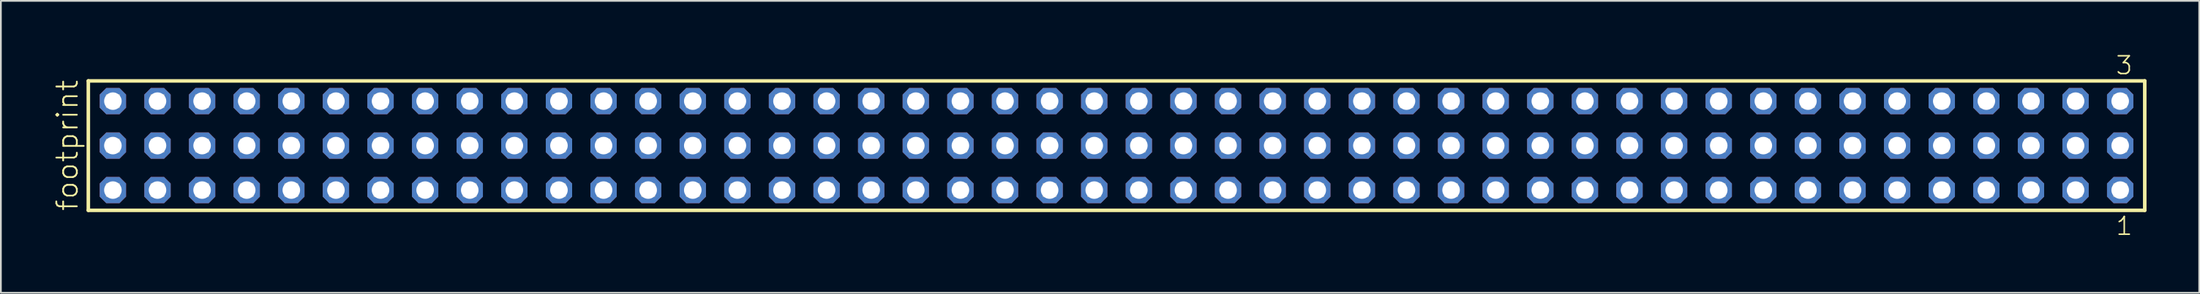
<source format=kicad_pcb>
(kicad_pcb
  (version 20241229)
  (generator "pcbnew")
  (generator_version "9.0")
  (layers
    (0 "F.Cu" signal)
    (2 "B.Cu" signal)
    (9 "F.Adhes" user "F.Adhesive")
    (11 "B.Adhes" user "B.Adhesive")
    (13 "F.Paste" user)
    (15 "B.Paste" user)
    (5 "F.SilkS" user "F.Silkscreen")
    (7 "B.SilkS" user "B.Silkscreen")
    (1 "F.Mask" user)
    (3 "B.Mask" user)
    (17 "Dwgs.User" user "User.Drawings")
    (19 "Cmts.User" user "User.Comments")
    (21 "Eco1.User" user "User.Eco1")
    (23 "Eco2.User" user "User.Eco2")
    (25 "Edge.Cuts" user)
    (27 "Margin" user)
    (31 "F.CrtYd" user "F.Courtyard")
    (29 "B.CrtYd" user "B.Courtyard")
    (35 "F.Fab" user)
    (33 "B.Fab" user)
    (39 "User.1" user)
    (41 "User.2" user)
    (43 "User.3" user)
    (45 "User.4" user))
  (footprint "footprint"
    (layer "F.Cu")
    (at 60.528 5.265)
    (property "Reference" "footprint" (at -59.055 3.81 90) (layer "F.SilkS") (effects (font (size 1.168 1.168) (thickness 0.102)) (justify left bottom)))
    (fp_line (start -58.549 -3.695) (end 58.549 -3.695) (stroke (width 0.203) (type solid)) (layer "F.SilkS"))
    (fp_line (start -58.549 3.695) (end -58.549 -3.695) (stroke (width 0.203) (type solid)) (layer "F.SilkS"))
    (fp_line (start 58.549 -3.695) (end 58.549 3.695) (stroke (width 0.203) (type solid)) (layer "F.SilkS"))
    (fp_line (start 58.549 3.695) (end -58.549 3.695) (stroke (width 0.203) (type solid)) (layer "F.SilkS"))
    (fp_poly (pts (xy -57.5 -2.19) (xy -56.8 -2.19) (xy -56.8 -2.89) (xy -57.5 -2.89)) (stroke (width 0.1) (type solid)) (fill no) (layer "F.Fab"))
    (fp_poly (pts (xy -57.5 0.35) (xy -56.8 0.35) (xy -56.8 -0.35) (xy -57.5 -0.35)) (stroke (width 0.1) (type solid)) (fill no) (layer "F.Fab"))
    (fp_poly (pts (xy -57.5 2.89) (xy -56.8 2.89) (xy -56.8 2.19) (xy -57.5 2.19)) (stroke (width 0.1) (type solid)) (fill no) (layer "F.Fab"))
    (fp_poly (pts (xy -54.96 -2.19) (xy -54.26 -2.19) (xy -54.26 -2.89) (xy -54.96 -2.89)) (stroke (width 0.1) (type solid)) (fill no) (layer "F.Fab"))
    (fp_poly (pts (xy -54.96 0.35) (xy -54.26 0.35) (xy -54.26 -0.35) (xy -54.96 -0.35)) (stroke (width 0.1) (type solid)) (fill no) (layer "F.Fab"))
    (fp_poly (pts (xy -54.96 2.89) (xy -54.26 2.89) (xy -54.26 2.19) (xy -54.96 2.19)) (stroke (width 0.1) (type solid)) (fill no) (layer "F.Fab"))
    (fp_poly (pts (xy -52.42 -2.19) (xy -51.72 -2.19) (xy -51.72 -2.89) (xy -52.42 -2.89)) (stroke (width 0.1) (type solid)) (fill no) (layer "F.Fab"))
    (fp_poly (pts (xy -52.42 0.35) (xy -51.72 0.35) (xy -51.72 -0.35) (xy -52.42 -0.35)) (stroke (width 0.1) (type solid)) (fill no) (layer "F.Fab"))
    (fp_poly (pts (xy -52.42 2.89) (xy -51.72 2.89) (xy -51.72 2.19) (xy -52.42 2.19)) (stroke (width 0.1) (type solid)) (fill no) (layer "F.Fab"))
    (fp_poly (pts (xy -49.88 -2.19) (xy -49.18 -2.19) (xy -49.18 -2.89) (xy -49.88 -2.89)) (stroke (width 0.1) (type solid)) (fill no) (layer "F.Fab"))
    (fp_poly (pts (xy -49.88 0.35) (xy -49.18 0.35) (xy -49.18 -0.35) (xy -49.88 -0.35)) (stroke (width 0.1) (type solid)) (fill no) (layer "F.Fab"))
    (fp_poly (pts (xy -49.88 2.89) (xy -49.18 2.89) (xy -49.18 2.19) (xy -49.88 2.19)) (stroke (width 0.1) (type solid)) (fill no) (layer "F.Fab"))
    (fp_poly (pts (xy -47.34 -2.19) (xy -46.64 -2.19) (xy -46.64 -2.89) (xy -47.34 -2.89)) (stroke (width 0.1) (type solid)) (fill no) (layer "F.Fab"))
    (fp_poly (pts (xy -47.34 0.35) (xy -46.64 0.35) (xy -46.64 -0.35) (xy -47.34 -0.35)) (stroke (width 0.1) (type solid)) (fill no) (layer "F.Fab"))
    (fp_poly (pts (xy -47.34 2.89) (xy -46.64 2.89) (xy -46.64 2.19) (xy -47.34 2.19)) (stroke (width 0.1) (type solid)) (fill no) (layer "F.Fab"))
    (fp_poly (pts (xy -44.8 -2.19) (xy -44.1 -2.19) (xy -44.1 -2.89) (xy -44.8 -2.89)) (stroke (width 0.1) (type solid)) (fill no) (layer "F.Fab"))
    (fp_poly (pts (xy -44.8 0.35) (xy -44.1 0.35) (xy -44.1 -0.35) (xy -44.8 -0.35)) (stroke (width 0.1) (type solid)) (fill no) (layer "F.Fab"))
    (fp_poly (pts (xy -44.8 2.89) (xy -44.1 2.89) (xy -44.1 2.19) (xy -44.8 2.19)) (stroke (width 0.1) (type solid)) (fill no) (layer "F.Fab"))
    (fp_poly (pts (xy -42.26 -2.19) (xy -41.56 -2.19) (xy -41.56 -2.89) (xy -42.26 -2.89)) (stroke (width 0.1) (type solid)) (fill no) (layer "F.Fab"))
    (fp_poly (pts (xy -42.26 0.35) (xy -41.56 0.35) (xy -41.56 -0.35) (xy -42.26 -0.35)) (stroke (width 0.1) (type solid)) (fill no) (layer "F.Fab"))
    (fp_poly (pts (xy -42.26 2.89) (xy -41.56 2.89) (xy -41.56 2.19) (xy -42.26 2.19)) (stroke (width 0.1) (type solid)) (fill no) (layer "F.Fab"))
    (fp_poly (pts (xy -39.72 -2.19) (xy -39.02 -2.19) (xy -39.02 -2.89) (xy -39.72 -2.89)) (stroke (width 0.1) (type solid)) (fill no) (layer "F.Fab"))
    (fp_poly (pts (xy -39.72 0.35) (xy -39.02 0.35) (xy -39.02 -0.35) (xy -39.72 -0.35)) (stroke (width 0.1) (type solid)) (fill no) (layer "F.Fab"))
    (fp_poly (pts (xy -39.72 2.89) (xy -39.02 2.89) (xy -39.02 2.19) (xy -39.72 2.19)) (stroke (width 0.1) (type solid)) (fill no) (layer "F.Fab"))
    (fp_poly (pts (xy -37.18 -2.19) (xy -36.48 -2.19) (xy -36.48 -2.89) (xy -37.18 -2.89)) (stroke (width 0.1) (type solid)) (fill no) (layer "F.Fab"))
    (fp_poly (pts (xy -37.18 0.35) (xy -36.48 0.35) (xy -36.48 -0.35) (xy -37.18 -0.35)) (stroke (width 0.1) (type solid)) (fill no) (layer "F.Fab"))
    (fp_poly (pts (xy -37.18 2.89) (xy -36.48 2.89) (xy -36.48 2.19) (xy -37.18 2.19)) (stroke (width 0.1) (type solid)) (fill no) (layer "F.Fab"))
    (fp_poly (pts (xy -34.64 -2.19) (xy -33.94 -2.19) (xy -33.94 -2.89) (xy -34.64 -2.89)) (stroke (width 0.1) (type solid)) (fill no) (layer "F.Fab"))
    (fp_poly (pts (xy -34.64 0.35) (xy -33.94 0.35) (xy -33.94 -0.35) (xy -34.64 -0.35)) (stroke (width 0.1) (type solid)) (fill no) (layer "F.Fab"))
    (fp_poly (pts (xy -34.64 2.89) (xy -33.94 2.89) (xy -33.94 2.19) (xy -34.64 2.19)) (stroke (width 0.1) (type solid)) (fill no) (layer "F.Fab"))
    (fp_poly (pts (xy -32.1 -2.19) (xy -31.4 -2.19) (xy -31.4 -2.89) (xy -32.1 -2.89)) (stroke (width 0.1) (type solid)) (fill no) (layer "F.Fab"))
    (fp_poly (pts (xy -32.1 0.35) (xy -31.4 0.35) (xy -31.4 -0.35) (xy -32.1 -0.35)) (stroke (width 0.1) (type solid)) (fill no) (layer "F.Fab"))
    (fp_poly (pts (xy -32.1 2.89) (xy -31.4 2.89) (xy -31.4 2.19) (xy -32.1 2.19)) (stroke (width 0.1) (type solid)) (fill no) (layer "F.Fab"))
    (fp_poly (pts (xy -29.56 -2.19) (xy -28.86 -2.19) (xy -28.86 -2.89) (xy -29.56 -2.89)) (stroke (width 0.1) (type solid)) (fill no) (layer "F.Fab"))
    (fp_poly (pts (xy -29.56 0.35) (xy -28.86 0.35) (xy -28.86 -0.35) (xy -29.56 -0.35)) (stroke (width 0.1) (type solid)) (fill no) (layer "F.Fab"))
    (fp_poly (pts (xy -29.56 2.89) (xy -28.86 2.89) (xy -28.86 2.19) (xy -29.56 2.19)) (stroke (width 0.1) (type solid)) (fill no) (layer "F.Fab"))
    (fp_poly (pts (xy -27.02 -2.19) (xy -26.32 -2.19) (xy -26.32 -2.89) (xy -27.02 -2.89)) (stroke (width 0.1) (type solid)) (fill no) (layer "F.Fab"))
    (fp_poly (pts (xy -27.02 0.35) (xy -26.32 0.35) (xy -26.32 -0.35) (xy -27.02 -0.35)) (stroke (width 0.1) (type solid)) (fill no) (layer "F.Fab"))
    (fp_poly (pts (xy -27.02 2.89) (xy -26.32 2.89) (xy -26.32 2.19) (xy -27.02 2.19)) (stroke (width 0.1) (type solid)) (fill no) (layer "F.Fab"))
    (fp_poly (pts (xy -24.48 -2.19) (xy -23.78 -2.19) (xy -23.78 -2.89) (xy -24.48 -2.89)) (stroke (width 0.1) (type solid)) (fill no) (layer "F.Fab"))
    (fp_poly (pts (xy -24.48 0.35) (xy -23.78 0.35) (xy -23.78 -0.35) (xy -24.48 -0.35)) (stroke (width 0.1) (type solid)) (fill no) (layer "F.Fab"))
    (fp_poly (pts (xy -24.48 2.89) (xy -23.78 2.89) (xy -23.78 2.19) (xy -24.48 2.19)) (stroke (width 0.1) (type solid)) (fill no) (layer "F.Fab"))
    (fp_poly (pts (xy -21.94 -2.19) (xy -21.24 -2.19) (xy -21.24 -2.89) (xy -21.94 -2.89)) (stroke (width 0.1) (type solid)) (fill no) (layer "F.Fab"))
    (fp_poly (pts (xy -21.94 0.35) (xy -21.24 0.35) (xy -21.24 -0.35) (xy -21.94 -0.35)) (stroke (width 0.1) (type solid)) (fill no) (layer "F.Fab"))
    (fp_poly (pts (xy -21.94 2.89) (xy -21.24 2.89) (xy -21.24 2.19) (xy -21.94 2.19)) (stroke (width 0.1) (type solid)) (fill no) (layer "F.Fab"))
    (fp_poly (pts (xy -19.4 -2.19) (xy -18.7 -2.19) (xy -18.7 -2.89) (xy -19.4 -2.89)) (stroke (width 0.1) (type solid)) (fill no) (layer "F.Fab"))
    (fp_poly (pts (xy -19.4 0.35) (xy -18.7 0.35) (xy -18.7 -0.35) (xy -19.4 -0.35)) (stroke (width 0.1) (type solid)) (fill no) (layer "F.Fab"))
    (fp_poly (pts (xy -19.4 2.89) (xy -18.7 2.89) (xy -18.7 2.19) (xy -19.4 2.19)) (stroke (width 0.1) (type solid)) (fill no) (layer "F.Fab"))
    (fp_poly (pts (xy -16.86 -2.19) (xy -16.16 -2.19) (xy -16.16 -2.89) (xy -16.86 -2.89)) (stroke (width 0.1) (type solid)) (fill no) (layer "F.Fab"))
    (fp_poly (pts (xy -16.86 0.35) (xy -16.16 0.35) (xy -16.16 -0.35) (xy -16.86 -0.35)) (stroke (width 0.1) (type solid)) (fill no) (layer "F.Fab"))
    (fp_poly (pts (xy -16.86 2.89) (xy -16.16 2.89) (xy -16.16 2.19) (xy -16.86 2.19)) (stroke (width 0.1) (type solid)) (fill no) (layer "F.Fab"))
    (fp_poly (pts (xy -14.32 -2.19) (xy -13.62 -2.19) (xy -13.62 -2.89) (xy -14.32 -2.89)) (stroke (width 0.1) (type solid)) (fill no) (layer "F.Fab"))
    (fp_poly (pts (xy -14.32 0.35) (xy -13.62 0.35) (xy -13.62 -0.35) (xy -14.32 -0.35)) (stroke (width 0.1) (type solid)) (fill no) (layer "F.Fab"))
    (fp_poly (pts (xy -14.32 2.89) (xy -13.62 2.89) (xy -13.62 2.19) (xy -14.32 2.19)) (stroke (width 0.1) (type solid)) (fill no) (layer "F.Fab"))
    (fp_poly (pts (xy -11.78 -2.19) (xy -11.08 -2.19) (xy -11.08 -2.89) (xy -11.78 -2.89)) (stroke (width 0.1) (type solid)) (fill no) (layer "F.Fab"))
    (fp_poly (pts (xy -11.78 0.35) (xy -11.08 0.35) (xy -11.08 -0.35) (xy -11.78 -0.35)) (stroke (width 0.1) (type solid)) (fill no) (layer "F.Fab"))
    (fp_poly (pts (xy -11.78 2.89) (xy -11.08 2.89) (xy -11.08 2.19) (xy -11.78 2.19)) (stroke (width 0.1) (type solid)) (fill no) (layer "F.Fab"))
    (fp_poly (pts (xy -9.24 -2.19) (xy -8.54 -2.19) (xy -8.54 -2.89) (xy -9.24 -2.89)) (stroke (width 0.1) (type solid)) (fill no) (layer "F.Fab"))
    (fp_poly (pts (xy -9.24 0.35) (xy -8.54 0.35) (xy -8.54 -0.35) (xy -9.24 -0.35)) (stroke (width 0.1) (type solid)) (fill no) (layer "F.Fab"))
    (fp_poly (pts (xy -9.24 2.89) (xy -8.54 2.89) (xy -8.54 2.19) (xy -9.24 2.19)) (stroke (width 0.1) (type solid)) (fill no) (layer "F.Fab"))
    (fp_poly (pts (xy -6.7 -2.19) (xy -6 -2.19) (xy -6 -2.89) (xy -6.7 -2.89)) (stroke (width 0.1) (type solid)) (fill no) (layer "F.Fab"))
    (fp_poly (pts (xy -6.7 0.35) (xy -6 0.35) (xy -6 -0.35) (xy -6.7 -0.35)) (stroke (width 0.1) (type solid)) (fill no) (layer "F.Fab"))
    (fp_poly (pts (xy -6.7 2.89) (xy -6 2.89) (xy -6 2.19) (xy -6.7 2.19)) (stroke (width 0.1) (type solid)) (fill no) (layer "F.Fab"))
    (fp_poly (pts (xy -4.16 -2.19) (xy -3.46 -2.19) (xy -3.46 -2.89) (xy -4.16 -2.89)) (stroke (width 0.1) (type solid)) (fill no) (layer "F.Fab"))
    (fp_poly (pts (xy -4.16 0.35) (xy -3.46 0.35) (xy -3.46 -0.35) (xy -4.16 -0.35)) (stroke (width 0.1) (type solid)) (fill no) (layer "F.Fab"))
    (fp_poly (pts (xy -4.16 2.89) (xy -3.46 2.89) (xy -3.46 2.19) (xy -4.16 2.19)) (stroke (width 0.1) (type solid)) (fill no) (layer "F.Fab"))
    (fp_poly (pts (xy -1.62 -2.19) (xy -0.92 -2.19) (xy -0.92 -2.89) (xy -1.62 -2.89)) (stroke (width 0.1) (type solid)) (fill no) (layer "F.Fab"))
    (fp_poly (pts (xy -1.62 0.35) (xy -0.92 0.35) (xy -0.92 -0.35) (xy -1.62 -0.35)) (stroke (width 0.1) (type solid)) (fill no) (layer "F.Fab"))
    (fp_poly (pts (xy -1.62 2.89) (xy -0.92 2.89) (xy -0.92 2.19) (xy -1.62 2.19)) (stroke (width 0.1) (type solid)) (fill no) (layer "F.Fab"))
    (fp_poly (pts (xy 0.92 -2.19) (xy 1.62 -2.19) (xy 1.62 -2.89) (xy 0.92 -2.89)) (stroke (width 0.1) (type solid)) (fill no) (layer "F.Fab"))
    (fp_poly (pts (xy 0.92 0.35) (xy 1.62 0.35) (xy 1.62 -0.35) (xy 0.92 -0.35)) (stroke (width 0.1) (type solid)) (fill no) (layer "F.Fab"))
    (fp_poly (pts (xy 0.92 2.89) (xy 1.62 2.89) (xy 1.62 2.19) (xy 0.92 2.19)) (stroke (width 0.1) (type solid)) (fill no) (layer "F.Fab"))
    (fp_poly (pts (xy 3.46 -2.19) (xy 4.16 -2.19) (xy 4.16 -2.89) (xy 3.46 -2.89)) (stroke (width 0.1) (type solid)) (fill no) (layer "F.Fab"))
    (fp_poly (pts (xy 3.46 0.35) (xy 4.16 0.35) (xy 4.16 -0.35) (xy 3.46 -0.35)) (stroke (width 0.1) (type solid)) (fill no) (layer "F.Fab"))
    (fp_poly (pts (xy 3.46 2.89) (xy 4.16 2.89) (xy 4.16 2.19) (xy 3.46 2.19)) (stroke (width 0.1) (type solid)) (fill no) (layer "F.Fab"))
    (fp_poly (pts (xy 6 -2.19) (xy 6.7 -2.19) (xy 6.7 -2.89) (xy 6 -2.89)) (stroke (width 0.1) (type solid)) (fill no) (layer "F.Fab"))
    (fp_poly (pts (xy 6 0.35) (xy 6.7 0.35) (xy 6.7 -0.35) (xy 6 -0.35)) (stroke (width 0.1) (type solid)) (fill no) (layer "F.Fab"))
    (fp_poly (pts (xy 6 2.89) (xy 6.7 2.89) (xy 6.7 2.19) (xy 6 2.19)) (stroke (width 0.1) (type solid)) (fill no) (layer "F.Fab"))
    (fp_poly (pts (xy 8.54 -2.19) (xy 9.24 -2.19) (xy 9.24 -2.89) (xy 8.54 -2.89)) (stroke (width 0.1) (type solid)) (fill no) (layer "F.Fab"))
    (fp_poly (pts (xy 8.54 0.35) (xy 9.24 0.35) (xy 9.24 -0.35) (xy 8.54 -0.35)) (stroke (width 0.1) (type solid)) (fill no) (layer "F.Fab"))
    (fp_poly (pts (xy 8.54 2.89) (xy 9.24 2.89) (xy 9.24 2.19) (xy 8.54 2.19)) (stroke (width 0.1) (type solid)) (fill no) (layer "F.Fab"))
    (fp_poly (pts (xy 11.08 -2.19) (xy 11.78 -2.19) (xy 11.78 -2.89) (xy 11.08 -2.89)) (stroke (width 0.1) (type solid)) (fill no) (layer "F.Fab"))
    (fp_poly (pts (xy 11.08 0.35) (xy 11.78 0.35) (xy 11.78 -0.35) (xy 11.08 -0.35)) (stroke (width 0.1) (type solid)) (fill no) (layer "F.Fab"))
    (fp_poly (pts (xy 11.08 2.89) (xy 11.78 2.89) (xy 11.78 2.19) (xy 11.08 2.19)) (stroke (width 0.1) (type solid)) (fill no) (layer "F.Fab"))
    (fp_poly (pts (xy 13.62 -2.19) (xy 14.32 -2.19) (xy 14.32 -2.89) (xy 13.62 -2.89)) (stroke (width 0.1) (type solid)) (fill no) (layer "F.Fab"))
    (fp_poly (pts (xy 13.62 0.35) (xy 14.32 0.35) (xy 14.32 -0.35) (xy 13.62 -0.35)) (stroke (width 0.1) (type solid)) (fill no) (layer "F.Fab"))
    (fp_poly (pts (xy 13.62 2.89) (xy 14.32 2.89) (xy 14.32 2.19) (xy 13.62 2.19)) (stroke (width 0.1) (type solid)) (fill no) (layer "F.Fab"))
    (fp_poly (pts (xy 16.16 -2.19) (xy 16.86 -2.19) (xy 16.86 -2.89) (xy 16.16 -2.89)) (stroke (width 0.1) (type solid)) (fill no) (layer "F.Fab"))
    (fp_poly (pts (xy 16.16 0.35) (xy 16.86 0.35) (xy 16.86 -0.35) (xy 16.16 -0.35)) (stroke (width 0.1) (type solid)) (fill no) (layer "F.Fab"))
    (fp_poly (pts (xy 16.16 2.89) (xy 16.86 2.89) (xy 16.86 2.19) (xy 16.16 2.19)) (stroke (width 0.1) (type solid)) (fill no) (layer "F.Fab"))
    (fp_poly (pts (xy 18.7 -2.19) (xy 19.4 -2.19) (xy 19.4 -2.89) (xy 18.7 -2.89)) (stroke (width 0.1) (type solid)) (fill no) (layer "F.Fab"))
    (fp_poly (pts (xy 18.7 0.35) (xy 19.4 0.35) (xy 19.4 -0.35) (xy 18.7 -0.35)) (stroke (width 0.1) (type solid)) (fill no) (layer "F.Fab"))
    (fp_poly (pts (xy 18.7 2.89) (xy 19.4 2.89) (xy 19.4 2.19) (xy 18.7 2.19)) (stroke (width 0.1) (type solid)) (fill no) (layer "F.Fab"))
    (fp_poly (pts (xy 21.24 -2.19) (xy 21.94 -2.19) (xy 21.94 -2.89) (xy 21.24 -2.89)) (stroke (width 0.1) (type solid)) (fill no) (layer "F.Fab"))
    (fp_poly (pts (xy 21.24 0.35) (xy 21.94 0.35) (xy 21.94 -0.35) (xy 21.24 -0.35)) (stroke (width 0.1) (type solid)) (fill no) (layer "F.Fab"))
    (fp_poly (pts (xy 21.24 2.89) (xy 21.94 2.89) (xy 21.94 2.19) (xy 21.24 2.19)) (stroke (width 0.1) (type solid)) (fill no) (layer "F.Fab"))
    (fp_poly (pts (xy 23.78 -2.19) (xy 24.48 -2.19) (xy 24.48 -2.89) (xy 23.78 -2.89)) (stroke (width 0.1) (type solid)) (fill no) (layer "F.Fab"))
    (fp_poly (pts (xy 23.78 0.35) (xy 24.48 0.35) (xy 24.48 -0.35) (xy 23.78 -0.35)) (stroke (width 0.1) (type solid)) (fill no) (layer "F.Fab"))
    (fp_poly (pts (xy 23.78 2.89) (xy 24.48 2.89) (xy 24.48 2.19) (xy 23.78 2.19)) (stroke (width 0.1) (type solid)) (fill no) (layer "F.Fab"))
    (fp_poly (pts (xy 26.32 -2.19) (xy 27.02 -2.19) (xy 27.02 -2.89) (xy 26.32 -2.89)) (stroke (width 0.1) (type solid)) (fill no) (layer "F.Fab"))
    (fp_poly (pts (xy 26.32 0.35) (xy 27.02 0.35) (xy 27.02 -0.35) (xy 26.32 -0.35)) (stroke (width 0.1) (type solid)) (fill no) (layer "F.Fab"))
    (fp_poly (pts (xy 26.32 2.89) (xy 27.02 2.89) (xy 27.02 2.19) (xy 26.32 2.19)) (stroke (width 0.1) (type solid)) (fill no) (layer "F.Fab"))
    (fp_poly (pts (xy 28.86 -2.19) (xy 29.56 -2.19) (xy 29.56 -2.89) (xy 28.86 -2.89)) (stroke (width 0.1) (type solid)) (fill no) (layer "F.Fab"))
    (fp_poly (pts (xy 28.86 0.35) (xy 29.56 0.35) (xy 29.56 -0.35) (xy 28.86 -0.35)) (stroke (width 0.1) (type solid)) (fill no) (layer "F.Fab"))
    (fp_poly (pts (xy 28.86 2.89) (xy 29.56 2.89) (xy 29.56 2.19) (xy 28.86 2.19)) (stroke (width 0.1) (type solid)) (fill no) (layer "F.Fab"))
    (fp_poly (pts (xy 31.4 -2.19) (xy 32.1 -2.19) (xy 32.1 -2.89) (xy 31.4 -2.89)) (stroke (width 0.1) (type solid)) (fill no) (layer "F.Fab"))
    (fp_poly (pts (xy 31.4 0.35) (xy 32.1 0.35) (xy 32.1 -0.35) (xy 31.4 -0.35)) (stroke (width 0.1) (type solid)) (fill no) (layer "F.Fab"))
    (fp_poly (pts (xy 31.4 2.89) (xy 32.1 2.89) (xy 32.1 2.19) (xy 31.4 2.19)) (stroke (width 0.1) (type solid)) (fill no) (layer "F.Fab"))
    (fp_poly (pts (xy 33.94 -2.19) (xy 34.64 -2.19) (xy 34.64 -2.89) (xy 33.94 -2.89)) (stroke (width 0.1) (type solid)) (fill no) (layer "F.Fab"))
    (fp_poly (pts (xy 33.94 0.35) (xy 34.64 0.35) (xy 34.64 -0.35) (xy 33.94 -0.35)) (stroke (width 0.1) (type solid)) (fill no) (layer "F.Fab"))
    (fp_poly (pts (xy 33.94 2.89) (xy 34.64 2.89) (xy 34.64 2.19) (xy 33.94 2.19)) (stroke (width 0.1) (type solid)) (fill no) (layer "F.Fab"))
    (fp_poly (pts (xy 36.48 -2.19) (xy 37.18 -2.19) (xy 37.18 -2.89) (xy 36.48 -2.89)) (stroke (width 0.1) (type solid)) (fill no) (layer "F.Fab"))
    (fp_poly (pts (xy 36.48 0.35) (xy 37.18 0.35) (xy 37.18 -0.35) (xy 36.48 -0.35)) (stroke (width 0.1) (type solid)) (fill no) (layer "F.Fab"))
    (fp_poly (pts (xy 36.48 2.89) (xy 37.18 2.89) (xy 37.18 2.19) (xy 36.48 2.19)) (stroke (width 0.1) (type solid)) (fill no) (layer "F.Fab"))
    (fp_poly (pts (xy 39.02 -2.19) (xy 39.72 -2.19) (xy 39.72 -2.89) (xy 39.02 -2.89)) (stroke (width 0.1) (type solid)) (fill no) (layer "F.Fab"))
    (fp_poly (pts (xy 39.02 0.35) (xy 39.72 0.35) (xy 39.72 -0.35) (xy 39.02 -0.35)) (stroke (width 0.1) (type solid)) (fill no) (layer "F.Fab"))
    (fp_poly (pts (xy 39.02 2.89) (xy 39.72 2.89) (xy 39.72 2.19) (xy 39.02 2.19)) (stroke (width 0.1) (type solid)) (fill no) (layer "F.Fab"))
    (fp_poly (pts (xy 41.56 -2.19) (xy 42.26 -2.19) (xy 42.26 -2.89) (xy 41.56 -2.89)) (stroke (width 0.1) (type solid)) (fill no) (layer "F.Fab"))
    (fp_poly (pts (xy 41.56 0.35) (xy 42.26 0.35) (xy 42.26 -0.35) (xy 41.56 -0.35)) (stroke (width 0.1) (type solid)) (fill no) (layer "F.Fab"))
    (fp_poly (pts (xy 41.56 2.89) (xy 42.26 2.89) (xy 42.26 2.19) (xy 41.56 2.19)) (stroke (width 0.1) (type solid)) (fill no) (layer "F.Fab"))
    (fp_poly (pts (xy 44.1 -2.19) (xy 44.8 -2.19) (xy 44.8 -2.89) (xy 44.1 -2.89)) (stroke (width 0.1) (type solid)) (fill no) (layer "F.Fab"))
    (fp_poly (pts (xy 44.1 0.35) (xy 44.8 0.35) (xy 44.8 -0.35) (xy 44.1 -0.35)) (stroke (width 0.1) (type solid)) (fill no) (layer "F.Fab"))
    (fp_poly (pts (xy 44.1 2.89) (xy 44.8 2.89) (xy 44.8 2.19) (xy 44.1 2.19)) (stroke (width 0.1) (type solid)) (fill no) (layer "F.Fab"))
    (fp_poly (pts (xy 46.64 -2.19) (xy 47.34 -2.19) (xy 47.34 -2.89) (xy 46.64 -2.89)) (stroke (width 0.1) (type solid)) (fill no) (layer "F.Fab"))
    (fp_poly (pts (xy 46.64 0.35) (xy 47.34 0.35) (xy 47.34 -0.35) (xy 46.64 -0.35)) (stroke (width 0.1) (type solid)) (fill no) (layer "F.Fab"))
    (fp_poly (pts (xy 46.64 2.89) (xy 47.34 2.89) (xy 47.34 2.19) (xy 46.64 2.19)) (stroke (width 0.1) (type solid)) (fill no) (layer "F.Fab"))
    (fp_poly (pts (xy 49.18 -2.19) (xy 49.88 -2.19) (xy 49.88 -2.89) (xy 49.18 -2.89)) (stroke (width 0.1) (type solid)) (fill no) (layer "F.Fab"))
    (fp_poly (pts (xy 49.18 0.35) (xy 49.88 0.35) (xy 49.88 -0.35) (xy 49.18 -0.35)) (stroke (width 0.1) (type solid)) (fill no) (layer "F.Fab"))
    (fp_poly (pts (xy 49.18 2.89) (xy 49.88 2.89) (xy 49.88 2.19) (xy 49.18 2.19)) (stroke (width 0.1) (type solid)) (fill no) (layer "F.Fab"))
    (fp_poly (pts (xy 51.72 -2.19) (xy 52.42 -2.19) (xy 52.42 -2.89) (xy 51.72 -2.89)) (stroke (width 0.1) (type solid)) (fill no) (layer "F.Fab"))
    (fp_poly (pts (xy 51.72 0.35) (xy 52.42 0.35) (xy 52.42 -0.35) (xy 51.72 -0.35)) (stroke (width 0.1) (type solid)) (fill no) (layer "F.Fab"))
    (fp_poly (pts (xy 51.72 2.89) (xy 52.42 2.89) (xy 52.42 2.19) (xy 51.72 2.19)) (stroke (width 0.1) (type solid)) (fill no) (layer "F.Fab"))
    (fp_poly (pts (xy 54.26 -2.19) (xy 54.96 -2.19) (xy 54.96 -2.89) (xy 54.26 -2.89)) (stroke (width 0.1) (type solid)) (fill no) (layer "F.Fab"))
    (fp_poly (pts (xy 54.26 0.35) (xy 54.96 0.35) (xy 54.96 -0.35) (xy 54.26 -0.35)) (stroke (width 0.1) (type solid)) (fill no) (layer "F.Fab"))
    (fp_poly (pts (xy 54.26 2.89) (xy 54.96 2.89) (xy 54.96 2.19) (xy 54.26 2.19)) (stroke (width 0.1) (type solid)) (fill no) (layer "F.Fab"))
    (fp_poly (pts (xy 56.8 -2.19) (xy 57.5 -2.19) (xy 57.5 -2.89) (xy 56.8 -2.89)) (stroke (width 0.1) (type solid)) (fill no) (layer "F.Fab"))
    (fp_poly (pts (xy 56.8 0.35) (xy 57.5 0.35) (xy 57.5 -0.35) (xy 56.8 -0.35)) (stroke (width 0.1) (type solid)) (fill no) (layer "F.Fab"))
    (fp_poly (pts (xy 56.8 2.89) (xy 57.5 2.89) (xy 57.5 2.19) (xy 56.8 2.19)) (stroke (width 0.1) (type solid)) (fill no) (layer "F.Fab"))
    (fp_text user "1" (at 56.842 5.188 0) (layer "F.SilkS") (effects (font (size 1.012 1.012) (thickness 0.088)) (justify left bottom)))
    (fp_text user "3" (at 56.838 -3.989 0) (layer "F.SilkS") (effects (font (size 1.012 1.012) (thickness 0.088)) (justify left bottom)))
    (pad "1" thru_hole roundrect (at 57.15 2.54 180) (size 1.5 1.5) (drill 1) (layers "*.Cu" "*.Mask") (roundrect_rratio 0.25) (chamfer_ratio 0.25) (chamfer top_left top_right bottom_left bottom_right))
    (pad "2" thru_hole roundrect (at 57.15 0 180) (size 1.5 1.5) (drill 1) (layers "*.Cu" "*.Mask") (roundrect_rratio 0.25) (chamfer_ratio 0.25) (chamfer top_left top_right bottom_left bottom_right))
    (pad "3" thru_hole roundrect (at 57.15 -2.54 180) (size 1.5 1.5) (drill 1) (layers "*.Cu" "*.Mask") (roundrect_rratio 0.25) (chamfer_ratio 0.25) (chamfer top_left top_right bottom_left bottom_right))
    (pad "4" thru_hole roundrect (at 54.61 2.54 180) (size 1.5 1.5) (drill 1) (layers "*.Cu" "*.Mask") (roundrect_rratio 0.25) (chamfer_ratio 0.25) (chamfer top_left top_right bottom_left bottom_right))
    (pad "5" thru_hole roundrect (at 54.61 0 180) (size 1.5 1.5) (drill 1) (layers "*.Cu" "*.Mask") (roundrect_rratio 0.25) (chamfer_ratio 0.25) (chamfer top_left top_right bottom_left bottom_right))
    (pad "6" thru_hole roundrect (at 54.61 -2.54 180) (size 1.5 1.5) (drill 1) (layers "*.Cu" "*.Mask") (roundrect_rratio 0.25) (chamfer_ratio 0.25) (chamfer top_left top_right bottom_left bottom_right))
    (pad "7" thru_hole roundrect (at 52.07 2.54 180) (size 1.5 1.5) (drill 1) (layers "*.Cu" "*.Mask") (roundrect_rratio 0.25) (chamfer_ratio 0.25) (chamfer top_left top_right bottom_left bottom_right))
    (pad "8" thru_hole roundrect (at 52.07 0 180) (size 1.5 1.5) (drill 1) (layers "*.Cu" "*.Mask") (roundrect_rratio 0.25) (chamfer_ratio 0.25) (chamfer top_left top_right bottom_left bottom_right))
    (pad "9" thru_hole roundrect (at 52.07 -2.54 180) (size 1.5 1.5) (drill 1) (layers "*.Cu" "*.Mask") (roundrect_rratio 0.25) (chamfer_ratio 0.25) (chamfer top_left top_right bottom_left bottom_right))
    (pad "10" thru_hole roundrect (at 49.53 2.54 180) (size 1.5 1.5) (drill 1) (layers "*.Cu" "*.Mask") (roundrect_rratio 0.25) (chamfer_ratio 0.25) (chamfer top_left top_right bottom_left bottom_right))
    (pad "11" thru_hole roundrect (at 49.53 0 180) (size 1.5 1.5) (drill 1) (layers "*.Cu" "*.Mask") (roundrect_rratio 0.25) (chamfer_ratio 0.25) (chamfer top_left top_right bottom_left bottom_right))
    (pad "12" thru_hole roundrect (at 49.53 -2.54 180) (size 1.5 1.5) (drill 1) (layers "*.Cu" "*.Mask") (roundrect_rratio 0.25) (chamfer_ratio 0.25) (chamfer top_left top_right bottom_left bottom_right))
    (pad "13" thru_hole roundrect (at 46.99 2.54 180) (size 1.5 1.5) (drill 1) (layers "*.Cu" "*.Mask") (roundrect_rratio 0.25) (chamfer_ratio 0.25) (chamfer top_left top_right bottom_left bottom_right))
    (pad "14" thru_hole roundrect (at 46.99 0 180) (size 1.5 1.5) (drill 1) (layers "*.Cu" "*.Mask") (roundrect_rratio 0.25) (chamfer_ratio 0.25) (chamfer top_left top_right bottom_left bottom_right))
    (pad "15" thru_hole roundrect (at 46.99 -2.54 180) (size 1.5 1.5) (drill 1) (layers "*.Cu" "*.Mask") (roundrect_rratio 0.25) (chamfer_ratio 0.25) (chamfer top_left top_right bottom_left bottom_right))
    (pad "16" thru_hole roundrect (at 44.45 2.54 180) (size 1.5 1.5) (drill 1) (layers "*.Cu" "*.Mask") (roundrect_rratio 0.25) (chamfer_ratio 0.25) (chamfer top_left top_right bottom_left bottom_right))
    (pad "17" thru_hole roundrect (at 44.45 0 180) (size 1.5 1.5) (drill 1) (layers "*.Cu" "*.Mask") (roundrect_rratio 0.25) (chamfer_ratio 0.25) (chamfer top_left top_right bottom_left bottom_right))
    (pad "18" thru_hole roundrect (at 44.45 -2.54 180) (size 1.5 1.5) (drill 1) (layers "*.Cu" "*.Mask") (roundrect_rratio 0.25) (chamfer_ratio 0.25) (chamfer top_left top_right bottom_left bottom_right))
    (pad "19" thru_hole roundrect (at 41.91 2.54 180) (size 1.5 1.5) (drill 1) (layers "*.Cu" "*.Mask") (roundrect_rratio 0.25) (chamfer_ratio 0.25) (chamfer top_left top_right bottom_left bottom_right))
    (pad "20" thru_hole roundrect (at 41.91 0 180) (size 1.5 1.5) (drill 1) (layers "*.Cu" "*.Mask") (roundrect_rratio 0.25) (chamfer_ratio 0.25) (chamfer top_left top_right bottom_left bottom_right))
    (pad "21" thru_hole roundrect (at 41.91 -2.54 180) (size 1.5 1.5) (drill 1) (layers "*.Cu" "*.Mask") (roundrect_rratio 0.25) (chamfer_ratio 0.25) (chamfer top_left top_right bottom_left bottom_right))
    (pad "22" thru_hole roundrect (at 39.37 2.54 180) (size 1.5 1.5) (drill 1) (layers "*.Cu" "*.Mask") (roundrect_rratio 0.25) (chamfer_ratio 0.25) (chamfer top_left top_right bottom_left bottom_right))
    (pad "23" thru_hole roundrect (at 39.37 0 180) (size 1.5 1.5) (drill 1) (layers "*.Cu" "*.Mask") (roundrect_rratio 0.25) (chamfer_ratio 0.25) (chamfer top_left top_right bottom_left bottom_right))
    (pad "24" thru_hole roundrect (at 39.37 -2.54 180) (size 1.5 1.5) (drill 1) (layers "*.Cu" "*.Mask") (roundrect_rratio 0.25) (chamfer_ratio 0.25) (chamfer top_left top_right bottom_left bottom_right))
    (pad "25" thru_hole roundrect (at 36.83 2.54 180) (size 1.5 1.5) (drill 1) (layers "*.Cu" "*.Mask") (roundrect_rratio 0.25) (chamfer_ratio 0.25) (chamfer top_left top_right bottom_left bottom_right))
    (pad "26" thru_hole roundrect (at 36.83 0 180) (size 1.5 1.5) (drill 1) (layers "*.Cu" "*.Mask") (roundrect_rratio 0.25) (chamfer_ratio 0.25) (chamfer top_left top_right bottom_left bottom_right))
    (pad "27" thru_hole roundrect (at 36.83 -2.54 180) (size 1.5 1.5) (drill 1) (layers "*.Cu" "*.Mask") (roundrect_rratio 0.25) (chamfer_ratio 0.25) (chamfer top_left top_right bottom_left bottom_right))
    (pad "28" thru_hole roundrect (at 34.29 2.54 180) (size 1.5 1.5) (drill 1) (layers "*.Cu" "*.Mask") (roundrect_rratio 0.25) (chamfer_ratio 0.25) (chamfer top_left top_right bottom_left bottom_right))
    (pad "29" thru_hole roundrect (at 34.29 0 180) (size 1.5 1.5) (drill 1) (layers "*.Cu" "*.Mask") (roundrect_rratio 0.25) (chamfer_ratio 0.25) (chamfer top_left top_right bottom_left bottom_right))
    (pad "30" thru_hole roundrect (at 34.29 -2.54 180) (size 1.5 1.5) (drill 1) (layers "*.Cu" "*.Mask") (roundrect_rratio 0.25) (chamfer_ratio 0.25) (chamfer top_left top_right bottom_left bottom_right))
    (pad "31" thru_hole roundrect (at 31.75 2.54 180) (size 1.5 1.5) (drill 1) (layers "*.Cu" "*.Mask") (roundrect_rratio 0.25) (chamfer_ratio 0.25) (chamfer top_left top_right bottom_left bottom_right))
    (pad "32" thru_hole roundrect (at 31.75 0 180) (size 1.5 1.5) (drill 1) (layers "*.Cu" "*.Mask") (roundrect_rratio 0.25) (chamfer_ratio 0.25) (chamfer top_left top_right bottom_left bottom_right))
    (pad "33" thru_hole roundrect (at 31.75 -2.54 180) (size 1.5 1.5) (drill 1) (layers "*.Cu" "*.Mask") (roundrect_rratio 0.25) (chamfer_ratio 0.25) (chamfer top_left top_right bottom_left bottom_right))
    (pad "34" thru_hole roundrect (at 29.21 2.54 180) (size 1.5 1.5) (drill 1) (layers "*.Cu" "*.Mask") (roundrect_rratio 0.25) (chamfer_ratio 0.25) (chamfer top_left top_right bottom_left bottom_right))
    (pad "35" thru_hole roundrect (at 29.21 0 180) (size 1.5 1.5) (drill 1) (layers "*.Cu" "*.Mask") (roundrect_rratio 0.25) (chamfer_ratio 0.25) (chamfer top_left top_right bottom_left bottom_right))
    (pad "36" thru_hole roundrect (at 29.21 -2.54 180) (size 1.5 1.5) (drill 1) (layers "*.Cu" "*.Mask") (roundrect_rratio 0.25) (chamfer_ratio 0.25) (chamfer top_left top_right bottom_left bottom_right))
    (pad "37" thru_hole roundrect (at 26.67 2.54 180) (size 1.5 1.5) (drill 1) (layers "*.Cu" "*.Mask") (roundrect_rratio 0.25) (chamfer_ratio 0.25) (chamfer top_left top_right bottom_left bottom_right))
    (pad "38" thru_hole roundrect (at 26.67 0 180) (size 1.5 1.5) (drill 1) (layers "*.Cu" "*.Mask") (roundrect_rratio 0.25) (chamfer_ratio 0.25) (chamfer top_left top_right bottom_left bottom_right))
    (pad "39" thru_hole roundrect (at 26.67 -2.54 180) (size 1.5 1.5) (drill 1) (layers "*.Cu" "*.Mask") (roundrect_rratio 0.25) (chamfer_ratio 0.25) (chamfer top_left top_right bottom_left bottom_right))
    (pad "40" thru_hole roundrect (at 24.13 2.54 180) (size 1.5 1.5) (drill 1) (layers "*.Cu" "*.Mask") (roundrect_rratio 0.25) (chamfer_ratio 0.25) (chamfer top_left top_right bottom_left bottom_right))
    (pad "41" thru_hole roundrect (at 24.13 0 180) (size 1.5 1.5) (drill 1) (layers "*.Cu" "*.Mask") (roundrect_rratio 0.25) (chamfer_ratio 0.25) (chamfer top_left top_right bottom_left bottom_right))
    (pad "42" thru_hole roundrect (at 24.13 -2.54 180) (size 1.5 1.5) (drill 1) (layers "*.Cu" "*.Mask") (roundrect_rratio 0.25) (chamfer_ratio 0.25) (chamfer top_left top_right bottom_left bottom_right))
    (pad "43" thru_hole roundrect (at 21.59 2.54 180) (size 1.5 1.5) (drill 1) (layers "*.Cu" "*.Mask") (roundrect_rratio 0.25) (chamfer_ratio 0.25) (chamfer top_left top_right bottom_left bottom_right))
    (pad "44" thru_hole roundrect (at 21.59 0 180) (size 1.5 1.5) (drill 1) (layers "*.Cu" "*.Mask") (roundrect_rratio 0.25) (chamfer_ratio 0.25) (chamfer top_left top_right bottom_left bottom_right))
    (pad "45" thru_hole roundrect (at 21.59 -2.54 180) (size 1.5 1.5) (drill 1) (layers "*.Cu" "*.Mask") (roundrect_rratio 0.25) (chamfer_ratio 0.25) (chamfer top_left top_right bottom_left bottom_right))
    (pad "46" thru_hole roundrect (at 19.05 2.54 180) (size 1.5 1.5) (drill 1) (layers "*.Cu" "*.Mask") (roundrect_rratio 0.25) (chamfer_ratio 0.25) (chamfer top_left top_right bottom_left bottom_right))
    (pad "47" thru_hole roundrect (at 19.05 0 180) (size 1.5 1.5) (drill 1) (layers "*.Cu" "*.Mask") (roundrect_rratio 0.25) (chamfer_ratio 0.25) (chamfer top_left top_right bottom_left bottom_right))
    (pad "48" thru_hole roundrect (at 19.05 -2.54 180) (size 1.5 1.5) (drill 1) (layers "*.Cu" "*.Mask") (roundrect_rratio 0.25) (chamfer_ratio 0.25) (chamfer top_left top_right bottom_left bottom_right))
    (pad "49" thru_hole roundrect (at 16.51 2.54 180) (size 1.5 1.5) (drill 1) (layers "*.Cu" "*.Mask") (roundrect_rratio 0.25) (chamfer_ratio 0.25) (chamfer top_left top_right bottom_left bottom_right))
    (pad "50" thru_hole roundrect (at 16.51 0 180) (size 1.5 1.5) (drill 1) (layers "*.Cu" "*.Mask") (roundrect_rratio 0.25) (chamfer_ratio 0.25) (chamfer top_left top_right bottom_left bottom_right))
    (pad "51" thru_hole roundrect (at 16.51 -2.54 180) (size 1.5 1.5) (drill 1) (layers "*.Cu" "*.Mask") (roundrect_rratio 0.25) (chamfer_ratio 0.25) (chamfer top_left top_right bottom_left bottom_right))
    (pad "52" thru_hole roundrect (at 13.97 2.54 180) (size 1.5 1.5) (drill 1) (layers "*.Cu" "*.Mask") (roundrect_rratio 0.25) (chamfer_ratio 0.25) (chamfer top_left top_right bottom_left bottom_right))
    (pad "53" thru_hole roundrect (at 13.97 0 180) (size 1.5 1.5) (drill 1) (layers "*.Cu" "*.Mask") (roundrect_rratio 0.25) (chamfer_ratio 0.25) (chamfer top_left top_right bottom_left bottom_right))
    (pad "54" thru_hole roundrect (at 13.97 -2.54 180) (size 1.5 1.5) (drill 1) (layers "*.Cu" "*.Mask") (roundrect_rratio 0.25) (chamfer_ratio 0.25) (chamfer top_left top_right bottom_left bottom_right))
    (pad "55" thru_hole roundrect (at 11.43 2.54 180) (size 1.5 1.5) (drill 1) (layers "*.Cu" "*.Mask") (roundrect_rratio 0.25) (chamfer_ratio 0.25) (chamfer top_left top_right bottom_left bottom_right))
    (pad "56" thru_hole roundrect (at 11.43 0 180) (size 1.5 1.5) (drill 1) (layers "*.Cu" "*.Mask") (roundrect_rratio 0.25) (chamfer_ratio 0.25) (chamfer top_left top_right bottom_left bottom_right))
    (pad "57" thru_hole roundrect (at 11.43 -2.54 180) (size 1.5 1.5) (drill 1) (layers "*.Cu" "*.Mask") (roundrect_rratio 0.25) (chamfer_ratio 0.25) (chamfer top_left top_right bottom_left bottom_right))
    (pad "58" thru_hole roundrect (at 8.89 2.54 180) (size 1.5 1.5) (drill 1) (layers "*.Cu" "*.Mask") (roundrect_rratio 0.25) (chamfer_ratio 0.25) (chamfer top_left top_right bottom_left bottom_right))
    (pad "59" thru_hole roundrect (at 8.89 0 180) (size 1.5 1.5) (drill 1) (layers "*.Cu" "*.Mask") (roundrect_rratio 0.25) (chamfer_ratio 0.25) (chamfer top_left top_right bottom_left bottom_right))
    (pad "60" thru_hole roundrect (at 8.89 -2.54 180) (size 1.5 1.5) (drill 1) (layers "*.Cu" "*.Mask") (roundrect_rratio 0.25) (chamfer_ratio 0.25) (chamfer top_left top_right bottom_left bottom_right))
    (pad "61" thru_hole roundrect (at 6.35 2.54 180) (size 1.5 1.5) (drill 1) (layers "*.Cu" "*.Mask") (roundrect_rratio 0.25) (chamfer_ratio 0.25) (chamfer top_left top_right bottom_left bottom_right))
    (pad "62" thru_hole roundrect (at 6.35 0 180) (size 1.5 1.5) (drill 1) (layers "*.Cu" "*.Mask") (roundrect_rratio 0.25) (chamfer_ratio 0.25) (chamfer top_left top_right bottom_left bottom_right))
    (pad "63" thru_hole roundrect (at 6.35 -2.54 180) (size 1.5 1.5) (drill 1) (layers "*.Cu" "*.Mask") (roundrect_rratio 0.25) (chamfer_ratio 0.25) (chamfer top_left top_right bottom_left bottom_right))
    (pad "64" thru_hole roundrect (at 3.81 2.54 180) (size 1.5 1.5) (drill 1) (layers "*.Cu" "*.Mask") (roundrect_rratio 0.25) (chamfer_ratio 0.25) (chamfer top_left top_right bottom_left bottom_right))
    (pad "65" thru_hole roundrect (at 3.81 0 180) (size 1.5 1.5) (drill 1) (layers "*.Cu" "*.Mask") (roundrect_rratio 0.25) (chamfer_ratio 0.25) (chamfer top_left top_right bottom_left bottom_right))
    (pad "66" thru_hole roundrect (at 3.81 -2.54 180) (size 1.5 1.5) (drill 1) (layers "*.Cu" "*.Mask") (roundrect_rratio 0.25) (chamfer_ratio 0.25) (chamfer top_left top_right bottom_left bottom_right))
    (pad "67" thru_hole roundrect (at 1.27 2.54 180) (size 1.5 1.5) (drill 1) (layers "*.Cu" "*.Mask") (roundrect_rratio 0.25) (chamfer_ratio 0.25) (chamfer top_left top_right bottom_left bottom_right))
    (pad "68" thru_hole roundrect (at 1.27 0 180) (size 1.5 1.5) (drill 1) (layers "*.Cu" "*.Mask") (roundrect_rratio 0.25) (chamfer_ratio 0.25) (chamfer top_left top_right bottom_left bottom_right))
    (pad "69" thru_hole roundrect (at 1.27 -2.54 180) (size 1.5 1.5) (drill 1) (layers "*.Cu" "*.Mask") (roundrect_rratio 0.25) (chamfer_ratio 0.25) (chamfer top_left top_right bottom_left bottom_right))
    (pad "70" thru_hole roundrect (at -1.27 2.54 180) (size 1.5 1.5) (drill 1) (layers "*.Cu" "*.Mask") (roundrect_rratio 0.25) (chamfer_ratio 0.25) (chamfer top_left top_right bottom_left bottom_right))
    (pad "71" thru_hole roundrect (at -1.27 0 180) (size 1.5 1.5) (drill 1) (layers "*.Cu" "*.Mask") (roundrect_rratio 0.25) (chamfer_ratio 0.25) (chamfer top_left top_right bottom_left bottom_right))
    (pad "72" thru_hole roundrect (at -1.27 -2.54 180) (size 1.5 1.5) (drill 1) (layers "*.Cu" "*.Mask") (roundrect_rratio 0.25) (chamfer_ratio 0.25) (chamfer top_left top_right bottom_left bottom_right))
    (pad "73" thru_hole roundrect (at -3.81 2.54 180) (size 1.5 1.5) (drill 1) (layers "*.Cu" "*.Mask") (roundrect_rratio 0.25) (chamfer_ratio 0.25) (chamfer top_left top_right bottom_left bottom_right))
    (pad "74" thru_hole roundrect (at -3.81 0 180) (size 1.5 1.5) (drill 1) (layers "*.Cu" "*.Mask") (roundrect_rratio 0.25) (chamfer_ratio 0.25) (chamfer top_left top_right bottom_left bottom_right))
    (pad "75" thru_hole roundrect (at -3.81 -2.54 180) (size 1.5 1.5) (drill 1) (layers "*.Cu" "*.Mask") (roundrect_rratio 0.25) (chamfer_ratio 0.25) (chamfer top_left top_right bottom_left bottom_right))
    (pad "76" thru_hole roundrect (at -6.35 2.54 180) (size 1.5 1.5) (drill 1) (layers "*.Cu" "*.Mask") (roundrect_rratio 0.25) (chamfer_ratio 0.25) (chamfer top_left top_right bottom_left bottom_right))
    (pad "77" thru_hole roundrect (at -6.35 0 180) (size 1.5 1.5) (drill 1) (layers "*.Cu" "*.Mask") (roundrect_rratio 0.25) (chamfer_ratio 0.25) (chamfer top_left top_right bottom_left bottom_right))
    (pad "78" thru_hole roundrect (at -6.35 -2.54 180) (size 1.5 1.5) (drill 1) (layers "*.Cu" "*.Mask") (roundrect_rratio 0.25) (chamfer_ratio 0.25) (chamfer top_left top_right bottom_left bottom_right))
    (pad "79" thru_hole roundrect (at -8.89 2.54 180) (size 1.5 1.5) (drill 1) (layers "*.Cu" "*.Mask") (roundrect_rratio 0.25) (chamfer_ratio 0.25) (chamfer top_left top_right bottom_left bottom_right))
    (pad "80" thru_hole roundrect (at -8.89 0 180) (size 1.5 1.5) (drill 1) (layers "*.Cu" "*.Mask") (roundrect_rratio 0.25) (chamfer_ratio 0.25) (chamfer top_left top_right bottom_left bottom_right))
    (pad "81" thru_hole roundrect (at -8.89 -2.54 180) (size 1.5 1.5) (drill 1) (layers "*.Cu" "*.Mask") (roundrect_rratio 0.25) (chamfer_ratio 0.25) (chamfer top_left top_right bottom_left bottom_right))
    (pad "82" thru_hole roundrect (at -11.43 2.54 180) (size 1.5 1.5) (drill 1) (layers "*.Cu" "*.Mask") (roundrect_rratio 0.25) (chamfer_ratio 0.25) (chamfer top_left top_right bottom_left bottom_right))
    (pad "83" thru_hole roundrect (at -11.43 0 180) (size 1.5 1.5) (drill 1) (layers "*.Cu" "*.Mask") (roundrect_rratio 0.25) (chamfer_ratio 0.25) (chamfer top_left top_right bottom_left bottom_right))
    (pad "84" thru_hole roundrect (at -11.43 -2.54 180) (size 1.5 1.5) (drill 1) (layers "*.Cu" "*.Mask") (roundrect_rratio 0.25) (chamfer_ratio 0.25) (chamfer top_left top_right bottom_left bottom_right))
    (pad "85" thru_hole roundrect (at -13.97 2.54 180) (size 1.5 1.5) (drill 1) (layers "*.Cu" "*.Mask") (roundrect_rratio 0.25) (chamfer_ratio 0.25) (chamfer top_left top_right bottom_left bottom_right))
    (pad "86" thru_hole roundrect (at -13.97 0 180) (size 1.5 1.5) (drill 1) (layers "*.Cu" "*.Mask") (roundrect_rratio 0.25) (chamfer_ratio 0.25) (chamfer top_left top_right bottom_left bottom_right))
    (pad "87" thru_hole roundrect (at -13.97 -2.54 180) (size 1.5 1.5) (drill 1) (layers "*.Cu" "*.Mask") (roundrect_rratio 0.25) (chamfer_ratio 0.25) (chamfer top_left top_right bottom_left bottom_right))
    (pad "88" thru_hole roundrect (at -16.51 2.54 180) (size 1.5 1.5) (drill 1) (layers "*.Cu" "*.Mask") (roundrect_rratio 0.25) (chamfer_ratio 0.25) (chamfer top_left top_right bottom_left bottom_right))
    (pad "89" thru_hole roundrect (at -16.51 0 180) (size 1.5 1.5) (drill 1) (layers "*.Cu" "*.Mask") (roundrect_rratio 0.25) (chamfer_ratio 0.25) (chamfer top_left top_right bottom_left bottom_right))
    (pad "90" thru_hole roundrect (at -16.51 -2.54 180) (size 1.5 1.5) (drill 1) (layers "*.Cu" "*.Mask") (roundrect_rratio 0.25) (chamfer_ratio 0.25) (chamfer top_left top_right bottom_left bottom_right))
    (pad "91" thru_hole roundrect (at -19.05 2.54 180) (size 1.5 1.5) (drill 1) (layers "*.Cu" "*.Mask") (roundrect_rratio 0.25) (chamfer_ratio 0.25) (chamfer top_left top_right bottom_left bottom_right))
    (pad "92" thru_hole roundrect (at -19.05 0 180) (size 1.5 1.5) (drill 1) (layers "*.Cu" "*.Mask") (roundrect_rratio 0.25) (chamfer_ratio 0.25) (chamfer top_left top_right bottom_left bottom_right))
    (pad "93" thru_hole roundrect (at -19.05 -2.54 180) (size 1.5 1.5) (drill 1) (layers "*.Cu" "*.Mask") (roundrect_rratio 0.25) (chamfer_ratio 0.25) (chamfer top_left top_right bottom_left bottom_right))
    (pad "94" thru_hole roundrect (at -21.59 2.54 180) (size 1.5 1.5) (drill 1) (layers "*.Cu" "*.Mask") (roundrect_rratio 0.25) (chamfer_ratio 0.25) (chamfer top_left top_right bottom_left bottom_right))
    (pad "95" thru_hole roundrect (at -21.59 0 180) (size 1.5 1.5) (drill 1) (layers "*.Cu" "*.Mask") (roundrect_rratio 0.25) (chamfer_ratio 0.25) (chamfer top_left top_right bottom_left bottom_right))
    (pad "96" thru_hole roundrect (at -21.59 -2.54 180) (size 1.5 1.5) (drill 1) (layers "*.Cu" "*.Mask") (roundrect_rratio 0.25) (chamfer_ratio 0.25) (chamfer top_left top_right bottom_left bottom_right))
    (pad "97" thru_hole roundrect (at -24.13 2.54 180) (size 1.5 1.5) (drill 1) (layers "*.Cu" "*.Mask") (roundrect_rratio 0.25) (chamfer_ratio 0.25) (chamfer top_left top_right bottom_left bottom_right))
    (pad "98" thru_hole roundrect (at -24.13 0 180) (size 1.5 1.5) (drill 1) (layers "*.Cu" "*.Mask") (roundrect_rratio 0.25) (chamfer_ratio 0.25) (chamfer top_left top_right bottom_left bottom_right))
    (pad "99" thru_hole roundrect (at -24.13 -2.54 180) (size 1.5 1.5) (drill 1) (layers "*.Cu" "*.Mask") (roundrect_rratio 0.25) (chamfer_ratio 0.25) (chamfer top_left top_right bottom_left bottom_right))
    (pad "100" thru_hole roundrect (at -26.67 2.54 180) (size 1.5 1.5) (drill 1) (layers "*.Cu" "*.Mask") (roundrect_rratio 0.25) (chamfer_ratio 0.25) (chamfer top_left top_right bottom_left bottom_right))
    (pad "101" thru_hole roundrect (at -26.67 0 180) (size 1.5 1.5) (drill 1) (layers "*.Cu" "*.Mask") (roundrect_rratio 0.25) (chamfer_ratio 0.25) (chamfer top_left top_right bottom_left bottom_right))
    (pad "102" thru_hole roundrect (at -26.67 -2.54 180) (size 1.5 1.5) (drill 1) (layers "*.Cu" "*.Mask") (roundrect_rratio 0.25) (chamfer_ratio 0.25) (chamfer top_left top_right bottom_left bottom_right))
    (pad "103" thru_hole roundrect (at -29.21 2.54 180) (size 1.5 1.5) (drill 1) (layers "*.Cu" "*.Mask") (roundrect_rratio 0.25) (chamfer_ratio 0.25) (chamfer top_left top_right bottom_left bottom_right))
    (pad "104" thru_hole roundrect (at -29.21 0 180) (size 1.5 1.5) (drill 1) (layers "*.Cu" "*.Mask") (roundrect_rratio 0.25) (chamfer_ratio 0.25) (chamfer top_left top_right bottom_left bottom_right))
    (pad "105" thru_hole roundrect (at -29.21 -2.54 180) (size 1.5 1.5) (drill 1) (layers "*.Cu" "*.Mask") (roundrect_rratio 0.25) (chamfer_ratio 0.25) (chamfer top_left top_right bottom_left bottom_right))
    (pad "106" thru_hole roundrect (at -31.75 2.54 180) (size 1.5 1.5) (drill 1) (layers "*.Cu" "*.Mask") (roundrect_rratio 0.25) (chamfer_ratio 0.25) (chamfer top_left top_right bottom_left bottom_right))
    (pad "107" thru_hole roundrect (at -31.75 0 180) (size 1.5 1.5) (drill 1) (layers "*.Cu" "*.Mask") (roundrect_rratio 0.25) (chamfer_ratio 0.25) (chamfer top_left top_right bottom_left bottom_right))
    (pad "108" thru_hole roundrect (at -31.75 -2.54 180) (size 1.5 1.5) (drill 1) (layers "*.Cu" "*.Mask") (roundrect_rratio 0.25) (chamfer_ratio 0.25) (chamfer top_left top_right bottom_left bottom_right))
    (pad "109" thru_hole roundrect (at -34.29 2.54 180) (size 1.5 1.5) (drill 1) (layers "*.Cu" "*.Mask") (roundrect_rratio 0.25) (chamfer_ratio 0.25) (chamfer top_left top_right bottom_left bottom_right))
    (pad "110" thru_hole roundrect (at -34.29 0 180) (size 1.5 1.5) (drill 1) (layers "*.Cu" "*.Mask") (roundrect_rratio 0.25) (chamfer_ratio 0.25) (chamfer top_left top_right bottom_left bottom_right))
    (pad "111" thru_hole roundrect (at -34.29 -2.54 180) (size 1.5 1.5) (drill 1) (layers "*.Cu" "*.Mask") (roundrect_rratio 0.25) (chamfer_ratio 0.25) (chamfer top_left top_right bottom_left bottom_right))
    (pad "112" thru_hole roundrect (at -36.83 2.54 180) (size 1.5 1.5) (drill 1) (layers "*.Cu" "*.Mask") (roundrect_rratio 0.25) (chamfer_ratio 0.25) (chamfer top_left top_right bottom_left bottom_right))
    (pad "113" thru_hole roundrect (at -36.83 0 180) (size 1.5 1.5) (drill 1) (layers "*.Cu" "*.Mask") (roundrect_rratio 0.25) (chamfer_ratio 0.25) (chamfer top_left top_right bottom_left bottom_right))
    (pad "114" thru_hole roundrect (at -36.83 -2.54 180) (size 1.5 1.5) (drill 1) (layers "*.Cu" "*.Mask") (roundrect_rratio 0.25) (chamfer_ratio 0.25) (chamfer top_left top_right bottom_left bottom_right))
    (pad "115" thru_hole roundrect (at -39.37 2.54 180) (size 1.5 1.5) (drill 1) (layers "*.Cu" "*.Mask") (roundrect_rratio 0.25) (chamfer_ratio 0.25) (chamfer top_left top_right bottom_left bottom_right))
    (pad "116" thru_hole roundrect (at -39.37 0 180) (size 1.5 1.5) (drill 1) (layers "*.Cu" "*.Mask") (roundrect_rratio 0.25) (chamfer_ratio 0.25) (chamfer top_left top_right bottom_left bottom_right))
    (pad "117" thru_hole roundrect (at -39.37 -2.54 180) (size 1.5 1.5) (drill 1) (layers "*.Cu" "*.Mask") (roundrect_rratio 0.25) (chamfer_ratio 0.25) (chamfer top_left top_right bottom_left bottom_right))
    (pad "118" thru_hole roundrect (at -41.91 2.54 180) (size 1.5 1.5) (drill 1) (layers "*.Cu" "*.Mask") (roundrect_rratio 0.25) (chamfer_ratio 0.25) (chamfer top_left top_right bottom_left bottom_right))
    (pad "119" thru_hole roundrect (at -41.91 0 180) (size 1.5 1.5) (drill 1) (layers "*.Cu" "*.Mask") (roundrect_rratio 0.25) (chamfer_ratio 0.25) (chamfer top_left top_right bottom_left bottom_right))
    (pad "120" thru_hole roundrect (at -41.91 -2.54 180) (size 1.5 1.5) (drill 1) (layers "*.Cu" "*.Mask") (roundrect_rratio 0.25) (chamfer_ratio 0.25) (chamfer top_left top_right bottom_left bottom_right))
    (pad "121" thru_hole roundrect (at -44.45 2.54 180) (size 1.5 1.5) (drill 1) (layers "*.Cu" "*.Mask") (roundrect_rratio 0.25) (chamfer_ratio 0.25) (chamfer top_left top_right bottom_left bottom_right))
    (pad "122" thru_hole roundrect (at -44.45 0 180) (size 1.5 1.5) (drill 1) (layers "*.Cu" "*.Mask") (roundrect_rratio 0.25) (chamfer_ratio 0.25) (chamfer top_left top_right bottom_left bottom_right))
    (pad "123" thru_hole roundrect (at -44.45 -2.54 180) (size 1.5 1.5) (drill 1) (layers "*.Cu" "*.Mask") (roundrect_rratio 0.25) (chamfer_ratio 0.25) (chamfer top_left top_right bottom_left bottom_right))
    (pad "124" thru_hole roundrect (at -46.99 2.54 180) (size 1.5 1.5) (drill 1) (layers "*.Cu" "*.Mask") (roundrect_rratio 0.25) (chamfer_ratio 0.25) (chamfer top_left top_right bottom_left bottom_right))
    (pad "125" thru_hole roundrect (at -46.99 0 180) (size 1.5 1.5) (drill 1) (layers "*.Cu" "*.Mask") (roundrect_rratio 0.25) (chamfer_ratio 0.25) (chamfer top_left top_right bottom_left bottom_right))
    (pad "126" thru_hole roundrect (at -46.99 -2.54 180) (size 1.5 1.5) (drill 1) (layers "*.Cu" "*.Mask") (roundrect_rratio 0.25) (chamfer_ratio 0.25) (chamfer top_left top_right bottom_left bottom_right))
    (pad "127" thru_hole roundrect (at -49.53 2.54 180) (size 1.5 1.5) (drill 1) (layers "*.Cu" "*.Mask") (roundrect_rratio 0.25) (chamfer_ratio 0.25) (chamfer top_left top_right bottom_left bottom_right))
    (pad "128" thru_hole roundrect (at -49.53 0 180) (size 1.5 1.5) (drill 1) (layers "*.Cu" "*.Mask") (roundrect_rratio 0.25) (chamfer_ratio 0.25) (chamfer top_left top_right bottom_left bottom_right))
    (pad "129" thru_hole roundrect (at -49.53 -2.54 180) (size 1.5 1.5) (drill 1) (layers "*.Cu" "*.Mask") (roundrect_rratio 0.25) (chamfer_ratio 0.25) (chamfer top_left top_right bottom_left bottom_right))
    (pad "130" thru_hole roundrect (at -52.07 2.54 180) (size 1.5 1.5) (drill 1) (layers "*.Cu" "*.Mask") (roundrect_rratio 0.25) (chamfer_ratio 0.25) (chamfer top_left top_right bottom_left bottom_right))
    (pad "131" thru_hole roundrect (at -52.07 0 180) (size 1.5 1.5) (drill 1) (layers "*.Cu" "*.Mask") (roundrect_rratio 0.25) (chamfer_ratio 0.25) (chamfer top_left top_right bottom_left bottom_right))
    (pad "132" thru_hole roundrect (at -52.07 -2.54 180) (size 1.5 1.5) (drill 1) (layers "*.Cu" "*.Mask") (roundrect_rratio 0.25) (chamfer_ratio 0.25) (chamfer top_left top_right bottom_left bottom_right))
    (pad "133" thru_hole roundrect (at -54.61 2.54 180) (size 1.5 1.5) (drill 1) (layers "*.Cu" "*.Mask") (roundrect_rratio 0.25) (chamfer_ratio 0.25) (chamfer top_left top_right bottom_left bottom_right))
    (pad "134" thru_hole roundrect (at -54.61 0 180) (size 1.5 1.5) (drill 1) (layers "*.Cu" "*.Mask") (roundrect_rratio 0.25) (chamfer_ratio 0.25) (chamfer top_left top_right bottom_left bottom_right))
    (pad "135" thru_hole roundrect (at -54.61 -2.54 180) (size 1.5 1.5) (drill 1) (layers "*.Cu" "*.Mask") (roundrect_rratio 0.25) (chamfer_ratio 0.25) (chamfer top_left top_right bottom_left bottom_right))
    (pad "136" thru_hole roundrect (at -57.15 2.54 180) (size 1.5 1.5) (drill 1) (layers "*.Cu" "*.Mask") (roundrect_rratio 0.25) (chamfer_ratio 0.25) (chamfer top_left top_right bottom_left bottom_right))
    (pad "137" thru_hole roundrect (at -57.15 0 180) (size 1.5 1.5) (drill 1) (layers "*.Cu" "*.Mask") (roundrect_rratio 0.25) (chamfer_ratio 0.25) (chamfer top_left top_right bottom_left bottom_right))
    (pad "138" thru_hole roundrect (at -57.15 -2.54 180) (size 1.5 1.5) (drill 1) (layers "*.Cu" "*.Mask") (roundrect_rratio 0.25) (chamfer_ratio 0.25) (chamfer top_left top_right bottom_left bottom_right)))
  (gr_rect
    (start -3 -3)
    (end 122.179 13.67)
    (stroke (width 0.1) (type default))
    (fill no)
    (layer "Edge.Cuts")))
</source>
